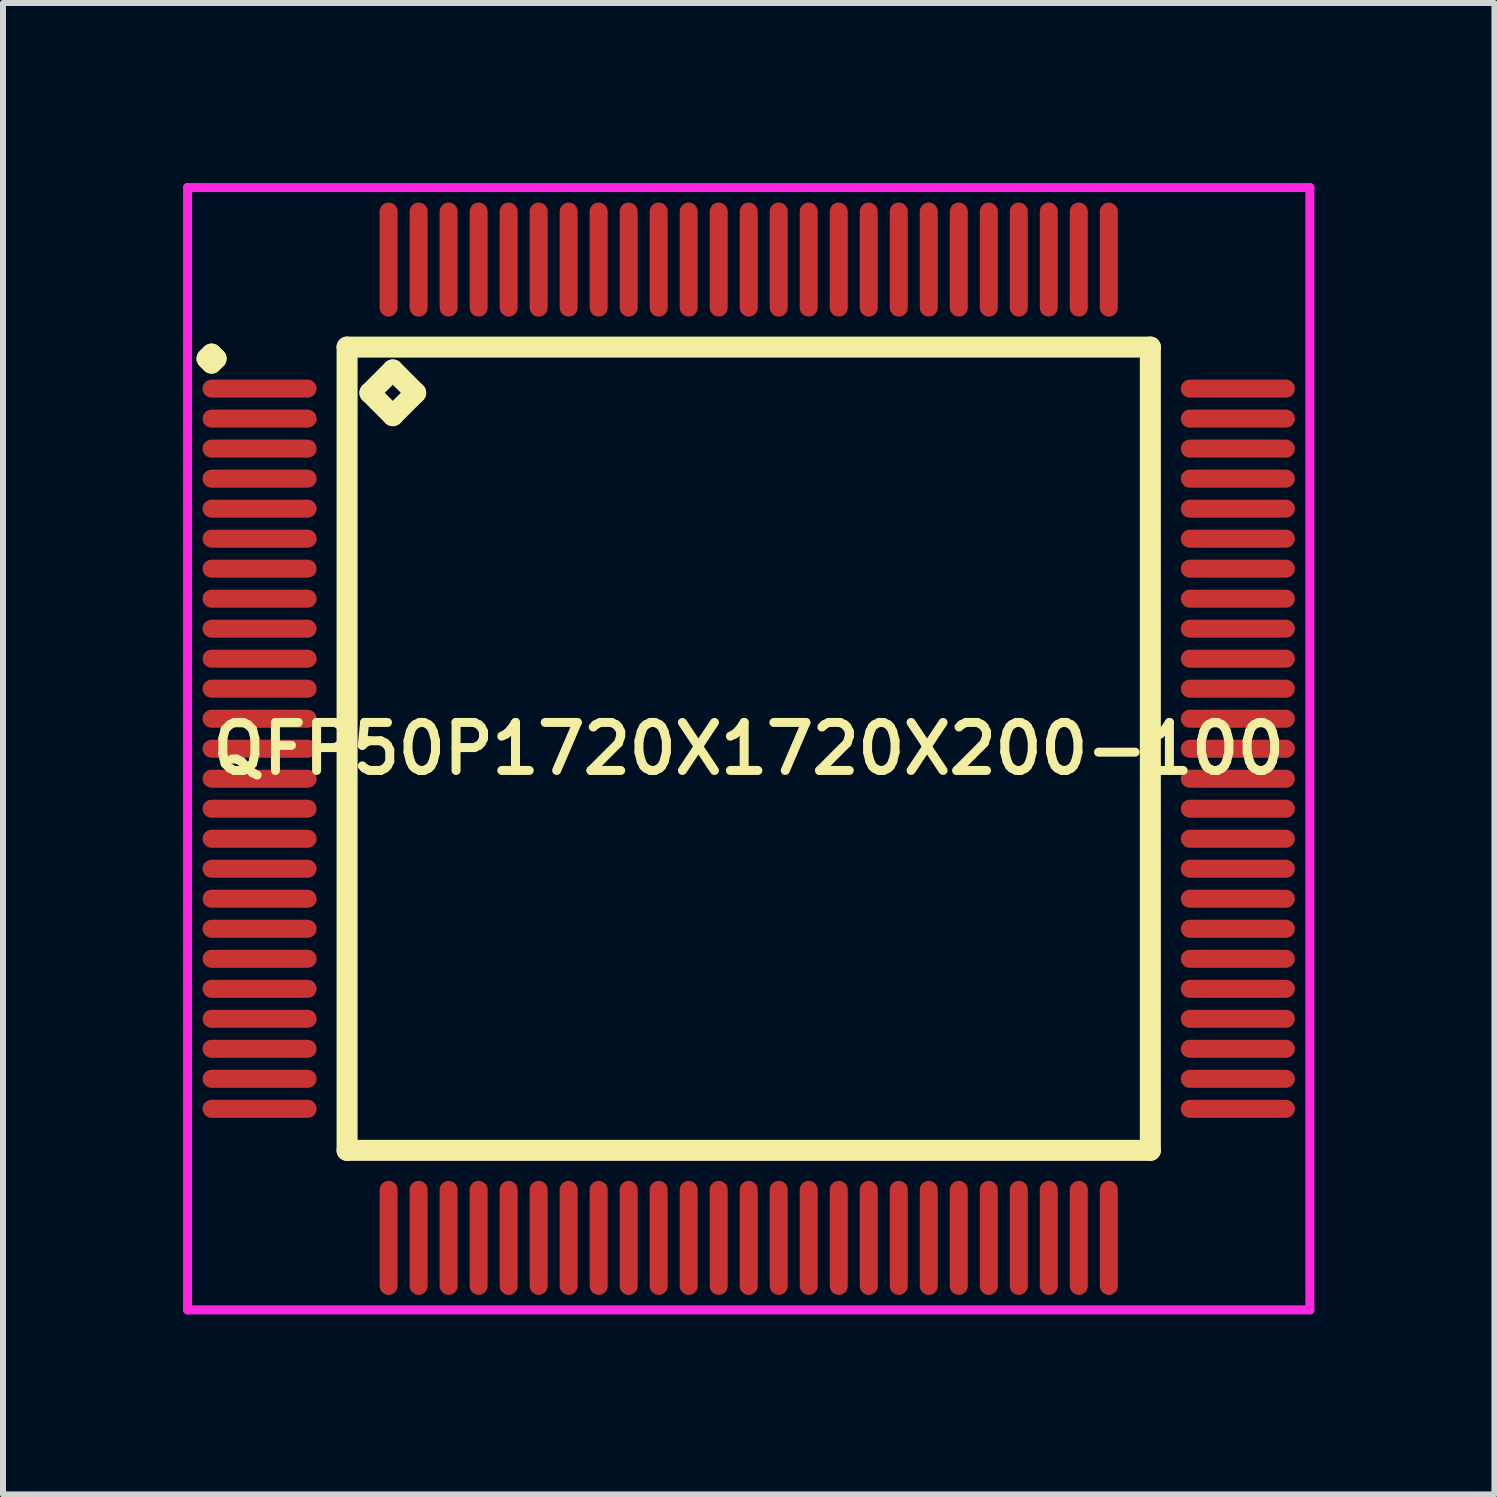
<source format=kicad_pcb>
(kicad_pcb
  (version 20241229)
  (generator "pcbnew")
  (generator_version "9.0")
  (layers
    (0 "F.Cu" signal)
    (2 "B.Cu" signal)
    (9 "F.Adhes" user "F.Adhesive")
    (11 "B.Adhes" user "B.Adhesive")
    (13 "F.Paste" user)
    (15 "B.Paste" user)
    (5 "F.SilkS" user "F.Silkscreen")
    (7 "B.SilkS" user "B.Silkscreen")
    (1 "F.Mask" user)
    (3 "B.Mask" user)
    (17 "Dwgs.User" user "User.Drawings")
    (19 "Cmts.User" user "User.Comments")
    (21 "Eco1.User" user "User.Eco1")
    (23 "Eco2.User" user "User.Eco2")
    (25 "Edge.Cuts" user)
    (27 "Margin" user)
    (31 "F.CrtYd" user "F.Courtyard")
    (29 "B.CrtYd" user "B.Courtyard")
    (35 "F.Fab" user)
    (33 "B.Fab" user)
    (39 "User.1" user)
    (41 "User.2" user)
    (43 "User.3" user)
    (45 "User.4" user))
  (footprint "QFP50P1720X1720X200-100"
    (layer "F.Cu")
    (at 9.425 9.425)
    (property "Reference" "QFP50P1720X1720X200-100" (at 0 0 0) (layer "F.SilkS") (effects (font (size 0.8 0.8) (thickness 0.15))))
    (attr smd)
    (fp_line (start -9.025 -6.5) (end -8.95 -6.575) (stroke (width 0.35) (type solid)) (layer "F.SilkS"))
    (fp_line (start -8.95 -6.575) (end -8.875 -6.5) (stroke (width 0.35) (type solid)) (layer "F.SilkS"))
    (fp_line (start -8.95 -6.425) (end -9.025 -6.5) (stroke (width 0.35) (type solid)) (layer "F.SilkS"))
    (fp_line (start -8.875 -6.5) (end -8.95 -6.425) (stroke (width 0.35) (type solid)) (layer "F.SilkS"))
    (fp_line (start -6.692 -6.692) (end -6.692 6.692) (stroke (width 0.35) (type solid)) (layer "F.SilkS"))
    (fp_line (start -6.692 6.692) (end 6.692 6.692) (stroke (width 0.35) (type solid)) (layer "F.SilkS"))
    (fp_line (start -6.311 -5.93) (end -5.93 -6.311) (stroke (width 0.35) (type solid)) (layer "F.SilkS"))
    (fp_line (start -5.93 -6.311) (end -5.549 -5.93) (stroke (width 0.35) (type solid)) (layer "F.SilkS"))
    (fp_line (start -5.93 -5.549) (end -6.311 -5.93) (stroke (width 0.35) (type solid)) (layer "F.SilkS"))
    (fp_line (start -5.549 -5.93) (end -5.93 -5.549) (stroke (width 0.35) (type solid)) (layer "F.SilkS"))
    (fp_line (start 6.692 -6.692) (end -6.692 -6.692) (stroke (width 0.35) (type solid)) (layer "F.SilkS"))
    (fp_line (start 6.692 6.692) (end 6.692 -6.692) (stroke (width 0.35) (type solid)) (layer "F.SilkS"))
    (fp_line (start -9.35 -9.35) (end 9.35 -9.35) (stroke (width 0.15) (type solid)) (layer "F.CrtYd"))
    (fp_line (start -9.35 9.35) (end -9.35 -9.35) (stroke (width 0.15) (type solid)) (layer "F.CrtYd"))
    (fp_line (start 9.35 -9.35) (end 9.35 9.35) (stroke (width 0.15) (type solid)) (layer "F.CrtYd"))
    (fp_line (start 9.35 9.35) (end -9.35 9.35) (stroke (width 0.15) (type solid)) (layer "F.CrtYd"))
    (pad "1" smd oval (at -8.15 -6) (size 1.9 0.3) (layers "F.Cu" "F.Mask" "F.Paste"))
    (pad "2" smd oval (at -8.15 -5.5) (size 1.9 0.3) (layers "F.Cu" "F.Mask" "F.Paste"))
    (pad "3" smd oval (at -8.15 -5) (size 1.9 0.3) (layers "F.Cu" "F.Mask" "F.Paste"))
    (pad "4" smd oval (at -8.15 -4.5) (size 1.9 0.3) (layers "F.Cu" "F.Mask" "F.Paste"))
    (pad "5" smd oval (at -8.15 -4) (size 1.9 0.3) (layers "F.Cu" "F.Mask" "F.Paste"))
    (pad "6" smd oval (at -8.15 -3.5) (size 1.9 0.3) (layers "F.Cu" "F.Mask" "F.Paste"))
    (pad "7" smd oval (at -8.15 -3) (size 1.9 0.3) (layers "F.Cu" "F.Mask" "F.Paste"))
    (pad "8" smd oval (at -8.15 -2.5) (size 1.9 0.3) (layers "F.Cu" "F.Mask" "F.Paste"))
    (pad "9" smd oval (at -8.15 -2) (size 1.9 0.3) (layers "F.Cu" "F.Mask" "F.Paste"))
    (pad "10" smd oval (at -8.15 -1.5) (size 1.9 0.3) (layers "F.Cu" "F.Mask" "F.Paste"))
    (pad "11" smd oval (at -8.15 -1) (size 1.9 0.3) (layers "F.Cu" "F.Mask" "F.Paste"))
    (pad "12" smd oval (at -8.15 -0.5) (size 1.9 0.3) (layers "F.Cu" "F.Mask" "F.Paste"))
    (pad "13" smd oval (at -8.15 0) (size 1.9 0.3) (layers "F.Cu" "F.Mask" "F.Paste"))
    (pad "14" smd oval (at -8.15 0.5) (size 1.9 0.3) (layers "F.Cu" "F.Mask" "F.Paste"))
    (pad "15" smd oval (at -8.15 1) (size 1.9 0.3) (layers "F.Cu" "F.Mask" "F.Paste"))
    (pad "16" smd oval (at -8.15 1.5) (size 1.9 0.3) (layers "F.Cu" "F.Mask" "F.Paste"))
    (pad "17" smd oval (at -8.15 2) (size 1.9 0.3) (layers "F.Cu" "F.Mask" "F.Paste"))
    (pad "18" smd oval (at -8.15 2.5) (size 1.9 0.3) (layers "F.Cu" "F.Mask" "F.Paste"))
    (pad "19" smd oval (at -8.15 3) (size 1.9 0.3) (layers "F.Cu" "F.Mask" "F.Paste"))
    (pad "20" smd oval (at -8.15 3.5) (size 1.9 0.3) (layers "F.Cu" "F.Mask" "F.Paste"))
    (pad "21" smd oval (at -8.15 4) (size 1.9 0.3) (layers "F.Cu" "F.Mask" "F.Paste"))
    (pad "22" smd oval (at -8.15 4.5) (size 1.9 0.3) (layers "F.Cu" "F.Mask" "F.Paste"))
    (pad "23" smd oval (at -8.15 5) (size 1.9 0.3) (layers "F.Cu" "F.Mask" "F.Paste"))
    (pad "24" smd oval (at -8.15 5.5) (size 1.9 0.3) (layers "F.Cu" "F.Mask" "F.Paste"))
    (pad "25" smd oval (at -8.15 6) (size 1.9 0.3) (layers "F.Cu" "F.Mask" "F.Paste"))
    (pad "26" smd oval (at -6 8.15) (size 0.3 1.9) (layers "F.Cu" "F.Mask" "F.Paste"))
    (pad "27" smd oval (at -5.5 8.15) (size 0.3 1.9) (layers "F.Cu" "F.Mask" "F.Paste"))
    (pad "28" smd oval (at -5 8.15) (size 0.3 1.9) (layers "F.Cu" "F.Mask" "F.Paste"))
    (pad "29" smd oval (at -4.5 8.15) (size 0.3 1.9) (layers "F.Cu" "F.Mask" "F.Paste"))
    (pad "30" smd oval (at -4 8.15) (size 0.3 1.9) (layers "F.Cu" "F.Mask" "F.Paste"))
    (pad "31" smd oval (at -3.5 8.15) (size 0.3 1.9) (layers "F.Cu" "F.Mask" "F.Paste"))
    (pad "32" smd oval (at -3 8.15) (size 0.3 1.9) (layers "F.Cu" "F.Mask" "F.Paste"))
    (pad "33" smd oval (at -2.5 8.15) (size 0.3 1.9) (layers "F.Cu" "F.Mask" "F.Paste"))
    (pad "34" smd oval (at -2 8.15) (size 0.3 1.9) (layers "F.Cu" "F.Mask" "F.Paste"))
    (pad "35" smd oval (at -1.5 8.15) (size 0.3 1.9) (layers "F.Cu" "F.Mask" "F.Paste"))
    (pad "36" smd oval (at -1 8.15) (size 0.3 1.9) (layers "F.Cu" "F.Mask" "F.Paste"))
    (pad "37" smd oval (at -0.5 8.15) (size 0.3 1.9) (layers "F.Cu" "F.Mask" "F.Paste"))
    (pad "38" smd oval (at 0 8.15) (size 0.3 1.9) (layers "F.Cu" "F.Mask" "F.Paste"))
    (pad "39" smd oval (at 0.5 8.15) (size 0.3 1.9) (layers "F.Cu" "F.Mask" "F.Paste"))
    (pad "40" smd oval (at 1 8.15) (size 0.3 1.9) (layers "F.Cu" "F.Mask" "F.Paste"))
    (pad "41" smd oval (at 1.5 8.15) (size 0.3 1.9) (layers "F.Cu" "F.Mask" "F.Paste"))
    (pad "42" smd oval (at 2 8.15) (size 0.3 1.9) (layers "F.Cu" "F.Mask" "F.Paste"))
    (pad "43" smd oval (at 2.5 8.15) (size 0.3 1.9) (layers "F.Cu" "F.Mask" "F.Paste"))
    (pad "44" smd oval (at 3 8.15) (size 0.3 1.9) (layers "F.Cu" "F.Mask" "F.Paste"))
    (pad "45" smd oval (at 3.5 8.15) (size 0.3 1.9) (layers "F.Cu" "F.Mask" "F.Paste"))
    (pad "46" smd oval (at 4 8.15) (size 0.3 1.9) (layers "F.Cu" "F.Mask" "F.Paste"))
    (pad "47" smd oval (at 4.5 8.15) (size 0.3 1.9) (layers "F.Cu" "F.Mask" "F.Paste"))
    (pad "48" smd oval (at 5 8.15) (size 0.3 1.9) (layers "F.Cu" "F.Mask" "F.Paste"))
    (pad "49" smd oval (at 5.5 8.15) (size 0.3 1.9) (layers "F.Cu" "F.Mask" "F.Paste"))
    (pad "50" smd oval (at 6 8.15) (size 0.3 1.9) (layers "F.Cu" "F.Mask" "F.Paste"))
    (pad "51" smd oval (at 8.15 6) (size 1.9 0.3) (layers "F.Cu" "F.Mask" "F.Paste"))
    (pad "52" smd oval (at 8.15 5.5) (size 1.9 0.3) (layers "F.Cu" "F.Mask" "F.Paste"))
    (pad "53" smd oval (at 8.15 5) (size 1.9 0.3) (layers "F.Cu" "F.Mask" "F.Paste"))
    (pad "54" smd oval (at 8.15 4.5) (size 1.9 0.3) (layers "F.Cu" "F.Mask" "F.Paste"))
    (pad "55" smd oval (at 8.15 4) (size 1.9 0.3) (layers "F.Cu" "F.Mask" "F.Paste"))
    (pad "56" smd oval (at 8.15 3.5) (size 1.9 0.3) (layers "F.Cu" "F.Mask" "F.Paste"))
    (pad "57" smd oval (at 8.15 3) (size 1.9 0.3) (layers "F.Cu" "F.Mask" "F.Paste"))
    (pad "58" smd oval (at 8.15 2.5) (size 1.9 0.3) (layers "F.Cu" "F.Mask" "F.Paste"))
    (pad "59" smd oval (at 8.15 2) (size 1.9 0.3) (layers "F.Cu" "F.Mask" "F.Paste"))
    (pad "60" smd oval (at 8.15 1.5) (size 1.9 0.3) (layers "F.Cu" "F.Mask" "F.Paste"))
    (pad "61" smd oval (at 8.15 1) (size 1.9 0.3) (layers "F.Cu" "F.Mask" "F.Paste"))
    (pad "62" smd oval (at 8.15 0.5) (size 1.9 0.3) (layers "F.Cu" "F.Mask" "F.Paste"))
    (pad "63" smd oval (at 8.15 0) (size 1.9 0.3) (layers "F.Cu" "F.Mask" "F.Paste"))
    (pad "64" smd oval (at 8.15 -0.5) (size 1.9 0.3) (layers "F.Cu" "F.Mask" "F.Paste"))
    (pad "65" smd oval (at 8.15 -1) (size 1.9 0.3) (layers "F.Cu" "F.Mask" "F.Paste"))
    (pad "66" smd oval (at 8.15 -1.5) (size 1.9 0.3) (layers "F.Cu" "F.Mask" "F.Paste"))
    (pad "67" smd oval (at 8.15 -2) (size 1.9 0.3) (layers "F.Cu" "F.Mask" "F.Paste"))
    (pad "68" smd oval (at 8.15 -2.5) (size 1.9 0.3) (layers "F.Cu" "F.Mask" "F.Paste"))
    (pad "69" smd oval (at 8.15 -3) (size 1.9 0.3) (layers "F.Cu" "F.Mask" "F.Paste"))
    (pad "70" smd oval (at 8.15 -3.5) (size 1.9 0.3) (layers "F.Cu" "F.Mask" "F.Paste"))
    (pad "71" smd oval (at 8.15 -4) (size 1.9 0.3) (layers "F.Cu" "F.Mask" "F.Paste"))
    (pad "72" smd oval (at 8.15 -4.5) (size 1.9 0.3) (layers "F.Cu" "F.Mask" "F.Paste"))
    (pad "73" smd oval (at 8.15 -5) (size 1.9 0.3) (layers "F.Cu" "F.Mask" "F.Paste"))
    (pad "74" smd oval (at 8.15 -5.5) (size 1.9 0.3) (layers "F.Cu" "F.Mask" "F.Paste"))
    (pad "75" smd oval (at 8.15 -6) (size 1.9 0.3) (layers "F.Cu" "F.Mask" "F.Paste"))
    (pad "76" smd oval (at 6 -8.15) (size 0.3 1.9) (layers "F.Cu" "F.Mask" "F.Paste"))
    (pad "77" smd oval (at 5.5 -8.15) (size 0.3 1.9) (layers "F.Cu" "F.Mask" "F.Paste"))
    (pad "78" smd oval (at 5 -8.15) (size 0.3 1.9) (layers "F.Cu" "F.Mask" "F.Paste"))
    (pad "79" smd oval (at 4.5 -8.15) (size 0.3 1.9) (layers "F.Cu" "F.Mask" "F.Paste"))
    (pad "80" smd oval (at 4 -8.15) (size 0.3 1.9) (layers "F.Cu" "F.Mask" "F.Paste"))
    (pad "81" smd oval (at 3.5 -8.15) (size 0.3 1.9) (layers "F.Cu" "F.Mask" "F.Paste"))
    (pad "82" smd oval (at 3 -8.15) (size 0.3 1.9) (layers "F.Cu" "F.Mask" "F.Paste"))
    (pad "83" smd oval (at 2.5 -8.15) (size 0.3 1.9) (layers "F.Cu" "F.Mask" "F.Paste"))
    (pad "84" smd oval (at 2 -8.15) (size 0.3 1.9) (layers "F.Cu" "F.Mask" "F.Paste"))
    (pad "85" smd oval (at 1.5 -8.15) (size 0.3 1.9) (layers "F.Cu" "F.Mask" "F.Paste"))
    (pad "86" smd oval (at 1 -8.15) (size 0.3 1.9) (layers "F.Cu" "F.Mask" "F.Paste"))
    (pad "87" smd oval (at 0.5 -8.15) (size 0.3 1.9) (layers "F.Cu" "F.Mask" "F.Paste"))
    (pad "88" smd oval (at 0 -8.15) (size 0.3 1.9) (layers "F.Cu" "F.Mask" "F.Paste"))
    (pad "89" smd oval (at -0.5 -8.15) (size 0.3 1.9) (layers "F.Cu" "F.Mask" "F.Paste"))
    (pad "90" smd oval (at -1 -8.15) (size 0.3 1.9) (layers "F.Cu" "F.Mask" "F.Paste"))
    (pad "91" smd oval (at -1.5 -8.15) (size 0.3 1.9) (layers "F.Cu" "F.Mask" "F.Paste"))
    (pad "92" smd oval (at -2 -8.15) (size 0.3 1.9) (layers "F.Cu" "F.Mask" "F.Paste"))
    (pad "93" smd oval (at -2.5 -8.15) (size 0.3 1.9) (layers "F.Cu" "F.Mask" "F.Paste"))
    (pad "94" smd oval (at -3 -8.15) (size 0.3 1.9) (layers "F.Cu" "F.Mask" "F.Paste"))
    (pad "95" smd oval (at -3.5 -8.15) (size 0.3 1.9) (layers "F.Cu" "F.Mask" "F.Paste"))
    (pad "96" smd oval (at -4 -8.15) (size 0.3 1.9) (layers "F.Cu" "F.Mask" "F.Paste"))
    (pad "97" smd oval (at -4.5 -8.15) (size 0.3 1.9) (layers "F.Cu" "F.Mask" "F.Paste"))
    (pad "98" smd oval (at -5 -8.15) (size 0.3 1.9) (layers "F.Cu" "F.Mask" "F.Paste"))
    (pad "99" smd oval (at -5.5 -8.15) (size 0.3 1.9) (layers "F.Cu" "F.Mask" "F.Paste"))
    (pad "100" smd oval (at -6 -8.15) (size 0.3 1.9) (layers "F.Cu" "F.Mask" "F.Paste")))
  (gr_rect
    (start -3 -3)
    (end 21.85 21.85)
    (stroke (width 0.1) (type default))
    (fill no)
    (layer "Edge.Cuts")))
</source>
